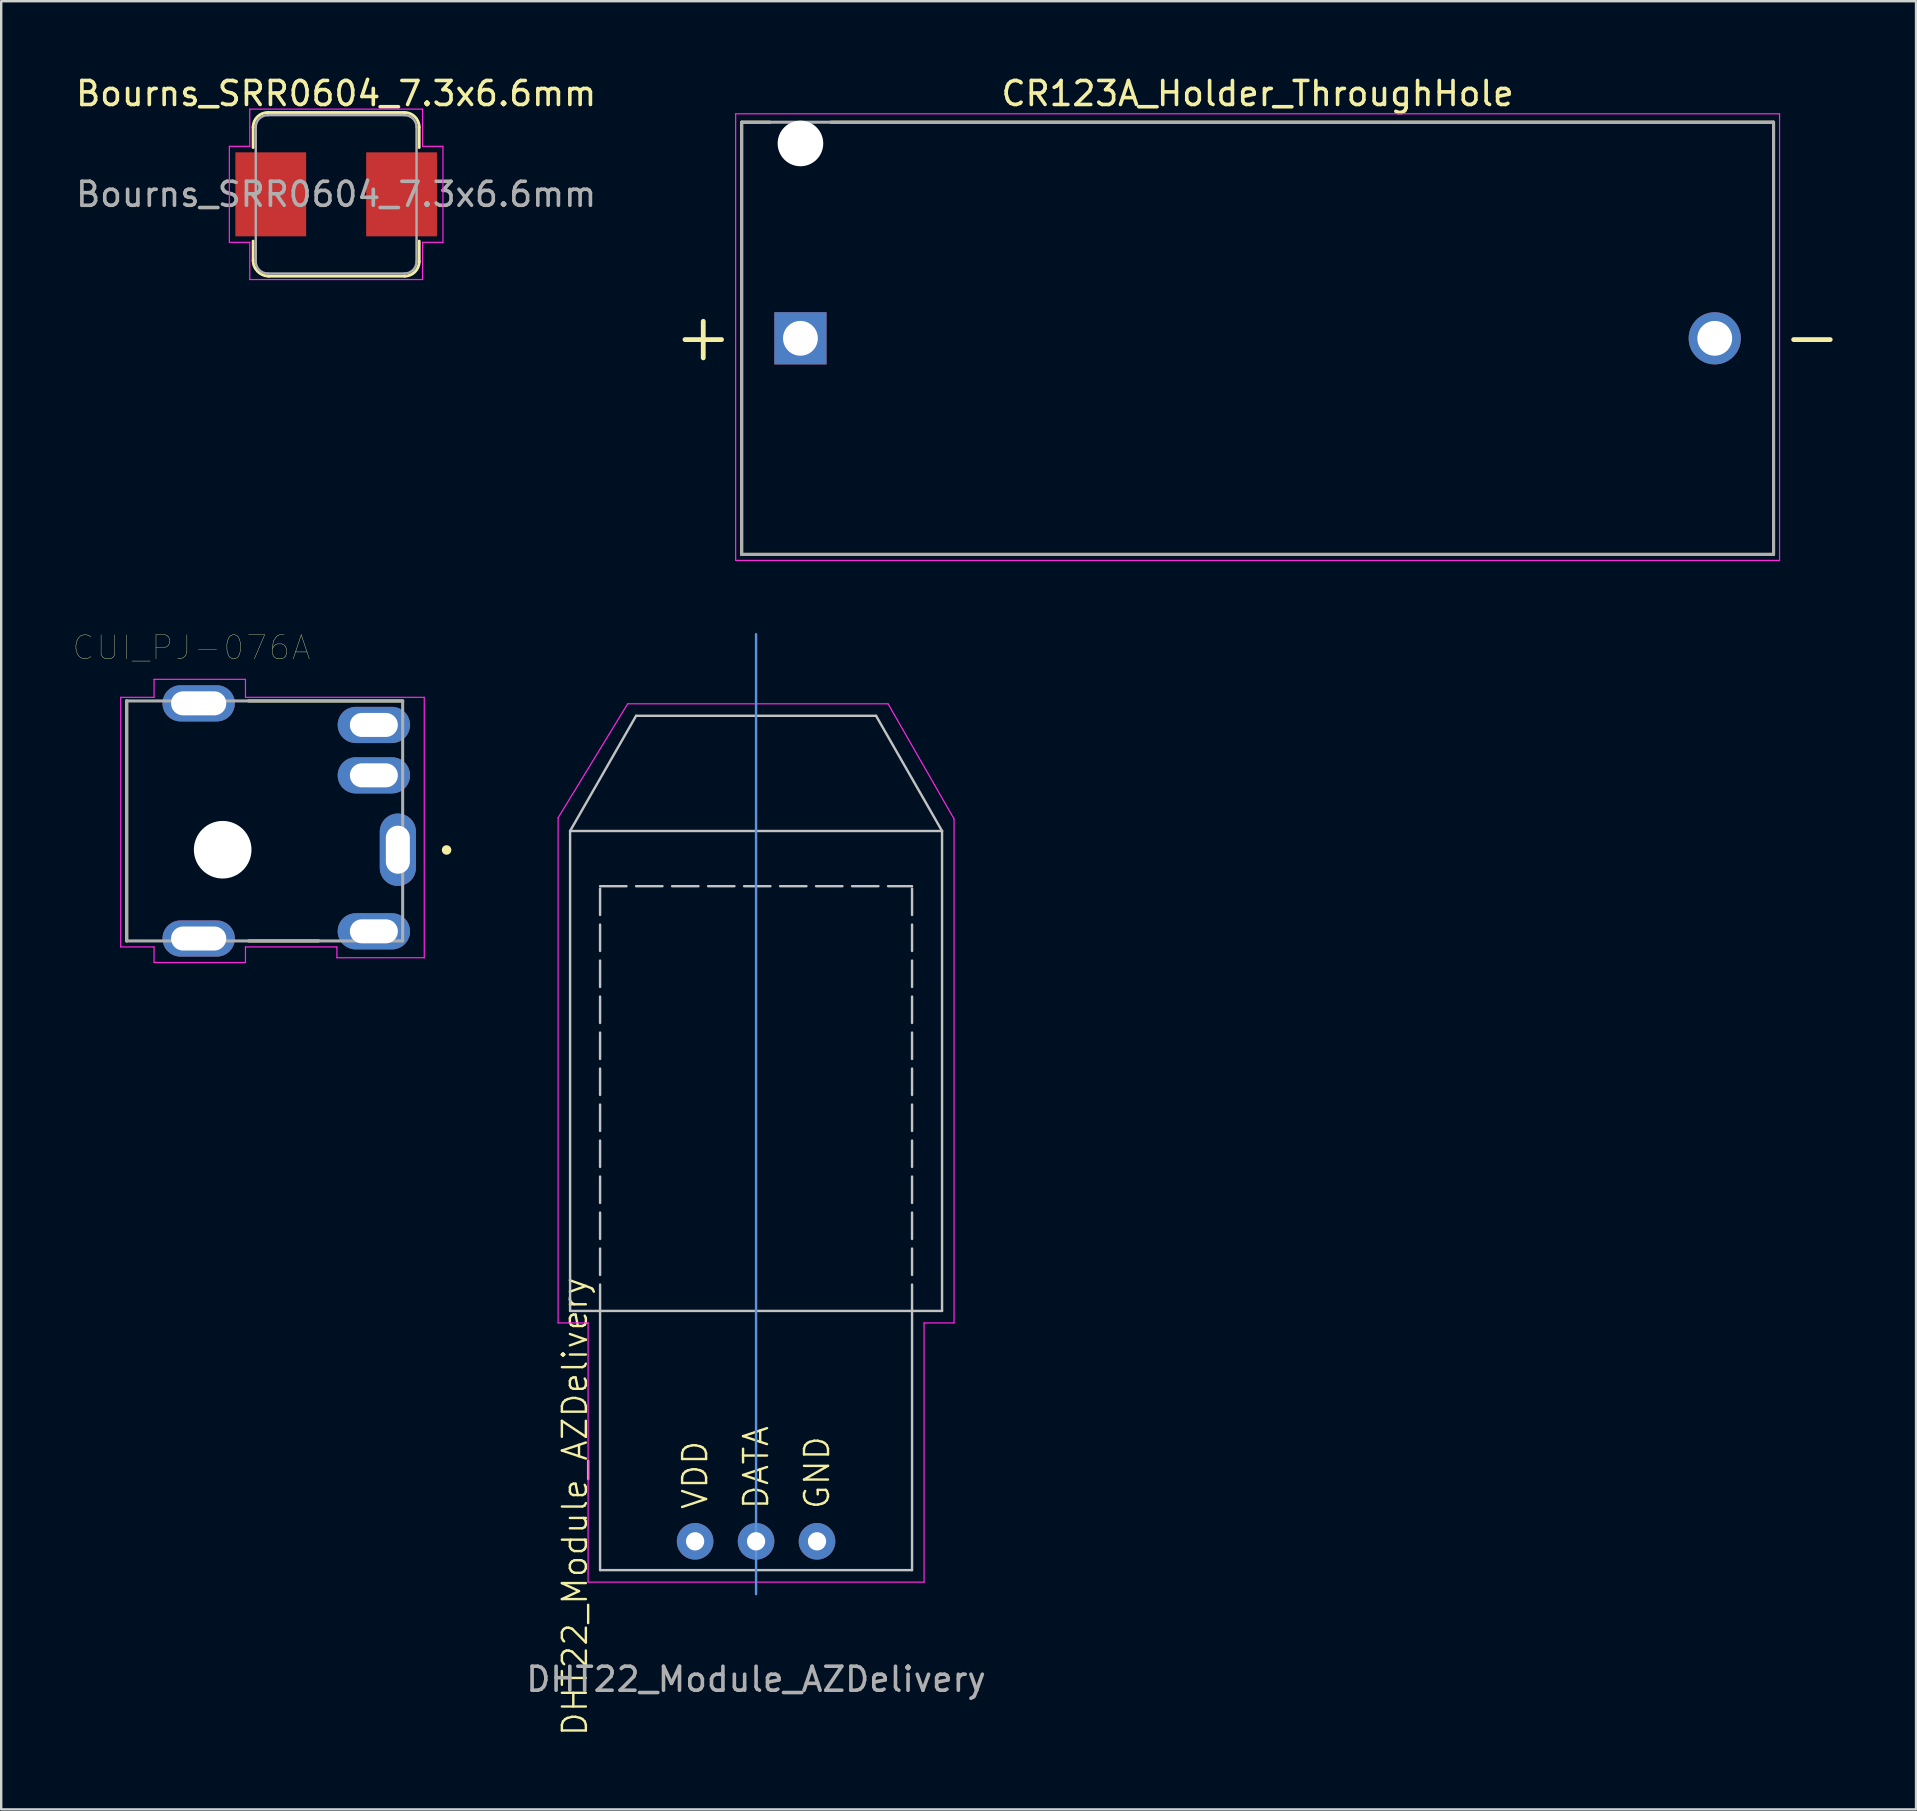
<source format=kicad_pcb>
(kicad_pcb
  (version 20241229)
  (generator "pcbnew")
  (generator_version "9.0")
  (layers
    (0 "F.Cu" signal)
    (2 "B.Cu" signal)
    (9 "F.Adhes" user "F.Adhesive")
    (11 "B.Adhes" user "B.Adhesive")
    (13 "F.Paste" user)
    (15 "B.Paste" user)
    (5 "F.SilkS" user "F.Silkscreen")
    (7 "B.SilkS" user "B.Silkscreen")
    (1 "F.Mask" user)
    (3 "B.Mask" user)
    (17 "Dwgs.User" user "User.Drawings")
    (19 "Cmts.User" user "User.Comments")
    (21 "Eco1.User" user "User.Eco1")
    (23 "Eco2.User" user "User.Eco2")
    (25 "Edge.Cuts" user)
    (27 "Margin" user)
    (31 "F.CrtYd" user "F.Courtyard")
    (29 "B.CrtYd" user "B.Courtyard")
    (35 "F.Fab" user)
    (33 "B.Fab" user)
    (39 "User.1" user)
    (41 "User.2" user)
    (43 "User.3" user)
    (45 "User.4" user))
  (footprint "CUI_PJ-076A"
    (layer "F.Cu")
    (at 7.979 31.159)
    (property "Reference" "CUI_PJ-076A" (at -3.051 -7.219 0) (layer "F.SilkS") (effects (font (size 1.001 1.001) (thickness 0.015))))
    (attr through_hole)
    (fp_line (start -5.75 -5) (end -5.75 5) (stroke (width 0.127) (type solid)) (layer "F.SilkS"))
    (fp_line (start -0.67 5) (end 2.25 5) (stroke (width 0.127) (type solid)) (layer "F.SilkS"))
    (fp_line (start 5.75 -5) (end -0.67 -5) (stroke (width 0.127) (type solid)) (layer "F.SilkS"))
    (fp_circle (center 7.58 1.21) (end 7.68 1.21) (stroke (width 0.2) (type solid)) (fill no) (layer "F.SilkS"))
    (fp_line (start -6 -5.15) (end -6 5.25) (stroke (width 0.05) (type solid)) (layer "F.CrtYd"))
    (fp_line (start -6 5.25) (end -4.61 5.25) (stroke (width 0.05) (type solid)) (layer "F.CrtYd"))
    (fp_line (start -4.61 -5.9) (end -4.61 -5.15) (stroke (width 0.05) (type solid)) (layer "F.CrtYd"))
    (fp_line (start -4.61 -5.15) (end -6 -5.15) (stroke (width 0.05) (type solid)) (layer "F.CrtYd"))
    (fp_line (start -4.61 5.25) (end -4.61 5.9) (stroke (width 0.05) (type solid)) (layer "F.CrtYd"))
    (fp_line (start -4.61 5.9) (end -0.8 5.9) (stroke (width 0.05) (type solid)) (layer "F.CrtYd"))
    (fp_line (start -0.8 -5.9) (end -4.61 -5.9) (stroke (width 0.05) (type solid)) (layer "F.CrtYd"))
    (fp_line (start -0.8 -5.15) (end -0.8 -5.9) (stroke (width 0.05) (type solid)) (layer "F.CrtYd"))
    (fp_line (start -0.8 5.25) (end 3.01 5.25) (stroke (width 0.05) (type solid)) (layer "F.CrtYd"))
    (fp_line (start -0.8 5.9) (end -0.8 5.25) (stroke (width 0.05) (type solid)) (layer "F.CrtYd"))
    (fp_line (start 3.01 5.25) (end 3.01 5.7) (stroke (width 0.05) (type solid)) (layer "F.CrtYd"))
    (fp_line (start 3.01 5.7) (end 6.65 5.7) (stroke (width 0.05) (type solid)) (layer "F.CrtYd"))
    (fp_line (start 6.65 -5.15) (end -0.8 -5.15) (stroke (width 0.05) (type solid)) (layer "F.CrtYd"))
    (fp_line (start 6.65 5.7) (end 6.65 -5.15) (stroke (width 0.05) (type solid)) (layer "F.CrtYd"))
    (fp_line (start -5.75 -5) (end -5.75 5) (stroke (width 0.127) (type solid)) (layer "F.Fab"))
    (fp_line (start -5.75 5) (end 5.75 5) (stroke (width 0.127) (type solid)) (layer "F.Fab"))
    (fp_line (start 5.75 -5) (end -5.75 -5) (stroke (width 0.127) (type solid)) (layer "F.Fab"))
    (fp_line (start 5.75 5) (end 5.75 -5) (stroke (width 0.127) (type solid)) (layer "F.Fab"))
    (pad "" np_thru_hole circle (at -1.75 1.2) (size 2.4 2.4) (drill 2.4) (layers "*.Cu" "*.Mask"))
    (pad "1" thru_hole oval (at 5.55 1.2) (size 1.508 3.016) (drill oval 1 2) (layers "*.Cu" "*.Mask"))
    (pad "2" thru_hole oval (at 4.55 -4) (size 3.016 1.508) (drill oval 2 1) (layers "*.Cu" "*.Mask"))
    (pad "3" thru_hole oval (at 4.55 -1.9) (size 3.016 1.508) (drill oval 2 1) (layers "*.Cu" "*.Mask"))
    (pad "4" thru_hole oval (at 4.55 4.6) (size 3.016 1.508) (drill oval 2 1) (layers "*.Cu" "*.Mask"))
    (pad "5" thru_hole oval (at -2.75 -4.9) (size 3.016 1.508) (drill oval 2.3 1) (layers "*.Cu" "*.Mask"))
    (pad "6" thru_hole oval (at -2.75 4.9) (size 3.016 1.508) (drill oval 2.3 1) (layers "*.Cu" "*.Mask")))
  (footprint "Bourns_SRR0604_7.3x6.6mm"
    (layer "F.Cu")
    (at 10.958 5.048)
    (property "Reference" "Bourns_SRR0604_7.3x6.6mm" (at 0 -4.2 0) (layer "F.SilkS") (effects (font (size 1 1) (thickness 0.15))))
    (attr smd)
    (fp_line (start -3.46 -1.95) (end -3.46 -2.8) (stroke (width 0.12) (type solid)) (layer "F.SilkS"))
    (fp_line (start -3.46 2.75) (end -3.46 1.95) (stroke (width 0.12) (type solid)) (layer "F.SilkS"))
    (fp_line (start -2.85 -3.41) (end 2.85 -3.41) (stroke (width 0.12) (type solid)) (layer "F.SilkS"))
    (fp_line (start 2.85 3.41) (end -2.8 3.41) (stroke (width 0.12) (type solid)) (layer "F.SilkS"))
    (fp_line (start 3.46 -2.8) (end 3.46 -1.95) (stroke (width 0.12) (type solid)) (layer "F.SilkS"))
    (fp_line (start 3.46 1.95) (end 3.46 2.8) (stroke (width 0.12) (type solid)) (layer "F.SilkS"))
    (fp_arc (start -3.46 -2.8) (mid -3.281335 -3.231335) (end -2.85 -3.41) (stroke (width 0.12) (type solid)) (layer "F.SilkS"))
    (fp_arc (start -2.8 3.41) (mid -3.26669 3.21669) (end -3.46 2.75) (stroke (width 0.12) (type solid)) (layer "F.SilkS"))
    (fp_arc (start 2.85 -3.41) (mid 3.281335 -3.231335) (end 3.46 -2.8) (stroke (width 0.12) (type solid)) (layer "F.SilkS"))
    (fp_arc (start 3.46 2.8) (mid 3.281335 3.231335) (end 2.85 3.41) (stroke (width 0.12) (type solid)) (layer "F.SilkS"))
    (fp_line (start -4.45 -2) (end -3.6 -2) (stroke (width 0.05) (type solid)) (layer "F.CrtYd"))
    (fp_line (start -4.45 2) (end -4.45 -2) (stroke (width 0.05) (type solid)) (layer "F.CrtYd"))
    (fp_line (start -3.6 -3.55) (end 3.6 -3.55) (stroke (width 0.05) (type solid)) (layer "F.CrtYd"))
    (fp_line (start -3.6 -2) (end -3.6 -3.55) (stroke (width 0.05) (type solid)) (layer "F.CrtYd"))
    (fp_line (start -3.6 2) (end -4.45 2) (stroke (width 0.05) (type solid)) (layer "F.CrtYd"))
    (fp_line (start -3.6 3.55) (end -3.6 2) (stroke (width 0.05) (type solid)) (layer "F.CrtYd"))
    (fp_line (start 3.6 -3.55) (end 3.6 -2) (stroke (width 0.05) (type solid)) (layer "F.CrtYd"))
    (fp_line (start 3.6 -2) (end 4.45 -2) (stroke (width 0.05) (type solid)) (layer "F.CrtYd"))
    (fp_line (start 3.6 2) (end 3.6 3.55) (stroke (width 0.05) (type solid)) (layer "F.CrtYd"))
    (fp_line (start 3.6 3.55) (end -3.6 3.55) (stroke (width 0.05) (type solid)) (layer "F.CrtYd"))
    (fp_line (start 4.45 -2) (end 4.45 2) (stroke (width 0.05) (type solid)) (layer "F.CrtYd"))
    (fp_line (start 4.45 2) (end 3.6 2) (stroke (width 0.05) (type solid)) (layer "F.CrtYd"))
    (fp_line (start -3.35 2.8) (end -3.35 -2.8) (stroke (width 0.1) (type solid)) (layer "F.Fab"))
    (fp_line (start -2.85 -3.3) (end 2.85 -3.3) (stroke (width 0.1) (type solid)) (layer "F.Fab"))
    (fp_line (start 2.85 3.3) (end -2.85 3.3) (stroke (width 0.1) (type solid)) (layer "F.Fab"))
    (fp_line (start 3.35 -2.8) (end 3.35 2.8) (stroke (width 0.1) (type solid)) (layer "F.Fab"))
    (fp_arc (start -3.35 -2.8) (mid -3.203553 -3.153553) (end -2.85 -3.3) (stroke (width 0.1) (type solid)) (layer "F.Fab"))
    (fp_arc (start -2.85 3.3) (mid -3.203553 3.153553) (end -3.35 2.8) (stroke (width 0.1) (type solid)) (layer "F.Fab"))
    (fp_arc (start 2.85 -3.3) (mid 3.203553 -3.153553) (end 3.35 -2.8) (stroke (width 0.1) (type solid)) (layer "F.Fab"))
    (fp_arc (start 3.35 2.8) (mid 3.203553 3.153553) (end 2.85 3.3) (stroke (width 0.1) (type solid)) (layer "F.Fab"))
    (fp_text user "${REFERENCE}" (at 0 0 0) (layer "F.Fab") (effects (font (size 1 1) (thickness 0.15))))
    (pad "1" smd rect (at -2.725 0) (size 2.95 3.5) (layers "F.Cu" "F.Mask" "F.Paste"))
    (pad "2" smd rect (at 2.725 0) (size 2.95 3.5) (layers "F.Cu" "F.Mask" "F.Paste")))
  (footprint "CR123A_Holder_ThroughHole"
    (layer "F.Cu")
    (at 49.355 11.048)
    (property "Reference" "CR123A_Holder_ThroughHole" (at 0 -10.2 0) (layer "F.SilkS") (effects (font (size 1 1) (thickness 0.15))))
    (attr through_hole)
    (fp_line (start -21.5 -9.005) (end -21.5 9.005) (stroke (width 0.127) (type solid)) (layer "F.SilkS"))
    (fp_line (start -21.5 -9.005) (end -20.32 -9.005) (stroke (width 0.127) (type solid)) (layer "F.SilkS"))
    (fp_line (start -17.78 -9.005) (end 21.5 -9.005) (stroke (width 0.127) (type solid)) (layer "F.SilkS"))
    (fp_line (start 21.5 -9.005) (end 21.5 9.005) (stroke (width 0.127) (type solid)) (layer "F.SilkS"))
    (fp_line (start 21.5 9.005) (end -21.5 9.005) (stroke (width 0.127) (type solid)) (layer "F.SilkS"))
    (fp_line (start -21.75 -9.355) (end -21.75 9.255) (stroke (width 0.05) (type solid)) (layer "F.CrtYd"))
    (fp_line (start -21.75 9.255) (end 21.75 9.255) (stroke (width 0.05) (type solid)) (layer "F.CrtYd"))
    (fp_line (start 21.75 -9.355) (end -21.75 -9.355) (stroke (width 0.05) (type solid)) (layer "F.CrtYd"))
    (fp_line (start 21.75 9.255) (end 21.75 -9.355) (stroke (width 0.05) (type solid)) (layer "F.CrtYd"))
    (fp_line (start -21.5 -9.005) (end 21.5 -9.005) (stroke (width 0.127) (type solid)) (layer "F.Fab"))
    (fp_line (start -21.5 9.005) (end -21.5 -9.005) (stroke (width 0.127) (type solid)) (layer "F.Fab"))
    (fp_line (start 21.5 -9.005) (end 21.5 9.005) (stroke (width 0.127) (type solid)) (layer "F.Fab"))
    (fp_line (start 21.5 9.005) (end -21.5 9.005) (stroke (width 0.127) (type solid)) (layer "F.Fab"))
    (fp_text user "+" (at -23.1 -0.1 0) (layer "F.SilkS") (effects (font (size 2 2) (thickness 0.2))))
    (fp_text user "-" (at 23.1 -0.1 0) (layer "F.SilkS") (effects (font (size 2 2) (thickness 0.2))))
    (pad "" np_thru_hole circle (at -19.05 -8.12) (size 1.9 1.9) (drill 1.9) (layers "*.Cu" "*.Mask"))
    (pad "1" thru_hole rect (at -19.05 0) (size 2.175 2.175) (drill 1.45) (layers "*.Cu" "*.Mask"))
    (pad "2" thru_hole circle (at 19.05 0) (size 2.175 2.175) (drill 1.45) (layers "*.Cu" "*.Mask")))
  (footprint "DHT22_Module_AZDelivery"
    (layer "F.Cu")
    (at 21.956 62.378)
    (property "Reference" "DHT22_Module_AZDelivery" (at -1.05 -2.65 90) (unlocked yes) (layer "F.SilkS") (effects (font (size 1 1) (thickness 0.1))))
    (attr through_hole)
    (fp_line (start -1.25 -30.8) (end 1.5 -35.6) (stroke (width 0.1) (type default)) (layer "Dwgs.User"))
    (fp_line (start -1.25 -30.8) (end 14.25 -30.8) (stroke (width 0.1) (type default)) (layer "Dwgs.User"))
    (fp_line (start -1.25 -10.8) (end -1.25 -30.8) (stroke (width 0.1) (type default)) (layer "Dwgs.User"))
    (fp_line (start -1.25 -10.8) (end 14.25 -10.8) (stroke (width 0.1) (type default)) (layer "Dwgs.User"))
    (fp_line (start 0 -28.5) (end 13 -28.5) (stroke (width 0.1) (type dash)) (layer "Dwgs.User"))
    (fp_line (start 0 -10.8) (end 0 -28.5) (stroke (width 0.1) (type dash)) (layer "Dwgs.User"))
    (fp_line (start 0 0) (end 0 -10.8) (stroke (width 0.1) (type default)) (layer "Dwgs.User"))
    (fp_line (start 1.5 -35.6) (end 11.5 -35.6) (stroke (width 0.1) (type default)) (layer "Dwgs.User"))
    (fp_line (start 13 -10.8) (end 13 -28.5) (stroke (width 0.1) (type dash)) (layer "Dwgs.User"))
    (fp_line (start 13 -10.8) (end 13 0) (stroke (width 0.1) (type default)) (layer "Dwgs.User"))
    (fp_line (start 13 0) (end 0 0) (stroke (width 0.1) (type default)) (layer "Dwgs.User"))
    (fp_line (start 14.25 -30.8) (end 11.5 -35.6) (stroke (width 0.1) (type default)) (layer "Dwgs.User"))
    (fp_line (start 14.25 -30.8) (end 14.25 -10.8) (stroke (width 0.1) (type default)) (layer "Dwgs.User"))
    (fp_line (start 6.5 1) (end 6.5 -39) (stroke (width 0.1) (type default)) (layer "Cmts.User"))
    (fp_line (start -1.75 -31.35) (end 1.15 -36.1) (stroke (width 0.05) (type default)) (layer "F.CrtYd"))
    (fp_line (start -1.75 -10.3) (end -1.75 -31.35) (stroke (width 0.05) (type default)) (layer "F.CrtYd"))
    (fp_line (start -0.5 -10.3) (end -1.75 -10.3) (stroke (width 0.05) (type default)) (layer "F.CrtYd"))
    (fp_line (start -0.5 0.5) (end -0.5 -10.3) (stroke (width 0.05) (type default)) (layer "F.CrtYd"))
    (fp_line (start -0.5 0.5) (end 13.5 0.5) (stroke (width 0.05) (type default)) (layer "F.CrtYd"))
    (fp_line (start 12 -36.1) (end 1.15 -36.1) (stroke (width 0.05) (type default)) (layer "F.CrtYd"))
    (fp_line (start 13.5 -10.3) (end 14.75 -10.3) (stroke (width 0.05) (type default)) (layer "F.CrtYd"))
    (fp_line (start 13.5 0.5) (end 13.5 -10.3) (stroke (width 0.05) (type default)) (layer "F.CrtYd"))
    (fp_line (start 14.75 -31.3) (end 12 -36.1) (stroke (width 0.05) (type default)) (layer "F.CrtYd"))
    (fp_line (start 14.75 -10.3) (end 14.75 -31.3) (stroke (width 0.05) (type default)) (layer "F.CrtYd"))
    (fp_text user "GND" (at 9.04 -2.47 90) (unlocked yes) (layer "F.SilkS") (effects (font (size 1 1) (thickness 0.1)) (justify left)))
    (fp_text user "VDD" (at 3.96 -2.47 90) (unlocked yes) (layer "F.SilkS") (effects (font (size 1 1) (thickness 0.1)) (justify left)))
    (fp_text user "DATA" (at 6.5 -2.47 90) (unlocked yes) (layer "F.SilkS") (effects (font (size 1 1) (thickness 0.1)) (justify left)))
    (fp_text user "${REFERENCE}" (at 6.5 4.55 0) (unlocked yes) (layer "F.Fab") (effects (font (size 1 1) (thickness 0.15))))
    (pad "1" thru_hole circle (at 3.96 -1.2) (size 1.524 1.524) (drill 0.762) (layers "*.Cu" "*.Mask"))
    (pad "2" thru_hole circle (at 6.5 -1.2) (size 1.524 1.524) (drill 0.762) (layers "*.Cu" "*.Mask"))
    (pad "3" thru_hole circle (at 9.04 -1.2) (size 1.524 1.524) (drill 0.762) (layers "*.Cu" "*.Mask")))
  (gr_rect
    (start -3 -3)
    (end 76.793 72.35)
    (stroke (width 0.1) (type default))
    (fill no)
    (layer "Edge.Cuts")))
</source>
